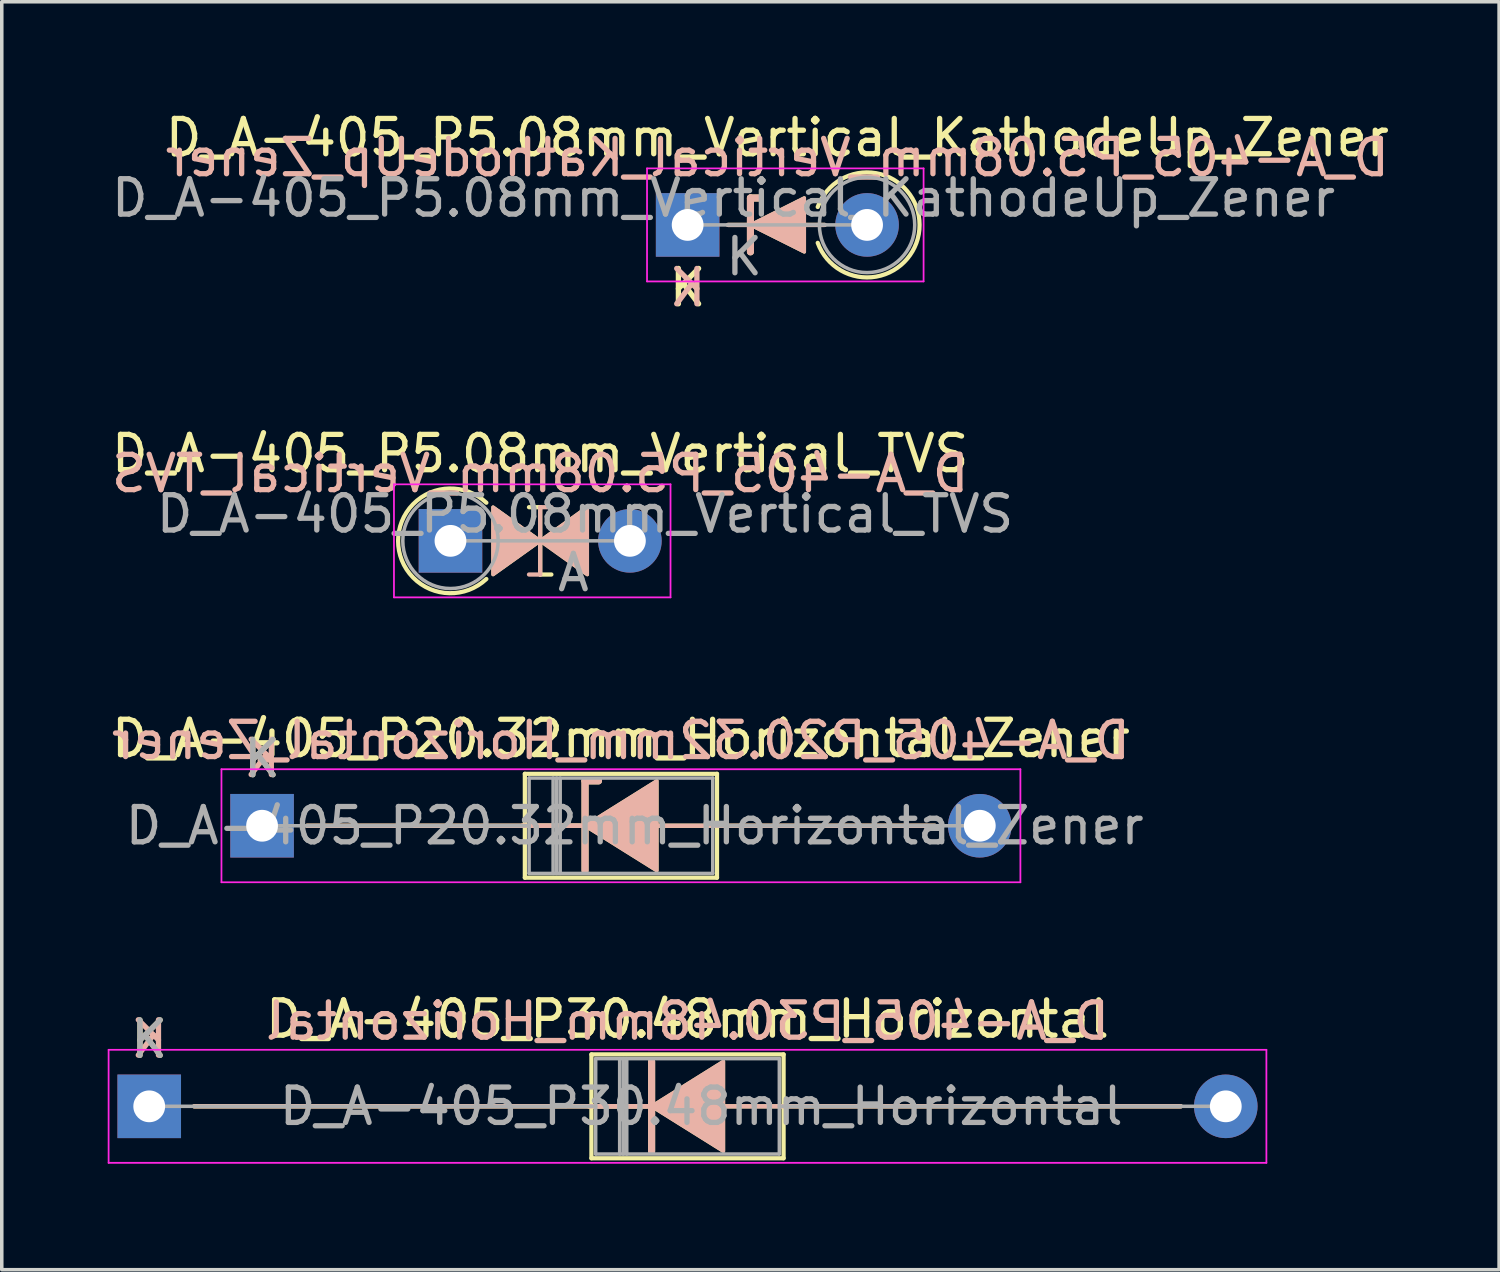
<source format=kicad_pcb>
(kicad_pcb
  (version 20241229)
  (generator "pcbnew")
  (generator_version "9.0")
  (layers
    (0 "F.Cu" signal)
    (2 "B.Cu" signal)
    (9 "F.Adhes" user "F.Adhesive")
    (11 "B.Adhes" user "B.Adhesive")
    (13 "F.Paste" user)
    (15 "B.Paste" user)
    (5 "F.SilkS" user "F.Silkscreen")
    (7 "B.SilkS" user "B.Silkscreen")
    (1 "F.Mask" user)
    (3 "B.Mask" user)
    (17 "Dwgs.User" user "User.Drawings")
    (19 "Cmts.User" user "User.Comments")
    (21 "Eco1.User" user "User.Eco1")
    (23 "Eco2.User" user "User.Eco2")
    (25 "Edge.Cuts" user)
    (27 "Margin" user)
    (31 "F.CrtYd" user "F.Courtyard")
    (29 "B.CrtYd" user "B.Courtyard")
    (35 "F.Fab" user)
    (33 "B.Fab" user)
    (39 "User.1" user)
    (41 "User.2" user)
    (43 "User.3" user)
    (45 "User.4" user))
  (footprint "D_A-405_P20.32mm_Horizontal_Zener"
    (layer "F.Cu")
    (at 4.37 20.329)
    (property "Reference" "D_A-405_P20.32mm_Horizontal_Zener" (at 10.16 -2.47 0) (layer "F.SilkS") (effects (font (size 1 1) (thickness 0.15))))
    (fp_line (start 1.27 0) (end 7.44 0) (stroke (width 0.12) (type solid)) (layer "F.SilkS"))
    (fp_line (start 7.44 -1.47) (end 7.44 1.47) (stroke (width 0.12) (type solid)) (layer "F.SilkS"))
    (fp_line (start 7.44 1.47) (end 12.88 1.47) (stroke (width 0.12) (type solid)) (layer "F.SilkS"))
    (fp_line (start 7.61 0) (end 9.144 0) (stroke (width 0.12) (type solid)) (layer "F.SilkS"))
    (fp_line (start 9.01 0) (end 7.366 0) (stroke (width 0.12) (type solid)) (layer "F.SilkS"))
    (fp_line (start 9.144 -1.27) (end 9.144 1.27) (stroke (width 0.2) (type solid)) (layer "F.SilkS"))
    (fp_line (start 9.144 -1.27) (end 9.525 -1.27) (stroke (width 0.2) (type solid)) (layer "F.SilkS"))
    (fp_line (start 12.88 -1.47) (end 7.44 -1.47) (stroke (width 0.12) (type solid)) (layer "F.SilkS"))
    (fp_line (start 12.88 0) (end 11.239 0) (stroke (width 0.12) (type solid)) (layer "F.SilkS"))
    (fp_line (start 12.88 1.47) (end 12.88 -1.47) (stroke (width 0.12) (type solid)) (layer "F.SilkS"))
    (fp_line (start 19.05 0) (end 12.88 0) (stroke (width 0.12) (type solid)) (layer "F.SilkS"))
    (fp_poly (pts (xy 11.176 1.27) (xy 9.144 0) (xy 11.176 -1.27)) (stroke (width 0.1) (type solid)) (fill yes) (layer "F.SilkS"))
    (fp_line (start 1.27 0) (end 7.44 0) (stroke (width 0.12) (type solid)) (layer "B.SilkS"))
    (fp_line (start 7.61 0) (end 9.144 0) (stroke (width 0.12) (type solid)) (layer "B.SilkS"))
    (fp_line (start 9.01 0) (end 7.366 0) (stroke (width 0.12) (type solid)) (layer "B.SilkS"))
    (fp_line (start 9.144 -1.27) (end 9.525 -1.27) (stroke (width 0.2) (type solid)) (layer "B.SilkS"))
    (fp_line (start 9.144 1.27) (end 9.144 -1.27) (stroke (width 0.2) (type solid)) (layer "B.SilkS"))
    (fp_line (start 12.88 0) (end 11.239 0) (stroke (width 0.12) (type solid)) (layer "B.SilkS"))
    (fp_line (start 19.05 0) (end 12.88 0) (stroke (width 0.12) (type solid)) (layer "B.SilkS"))
    (fp_poly (pts (xy 11.176 -1.27) (xy 9.144 0) (xy 11.176 1.27)) (stroke (width 0.1) (type solid)) (fill yes) (layer "B.SilkS"))
    (fp_line (start -1.15 -1.6) (end -1.15 1.6) (stroke (width 0.05) (type solid)) (layer "F.CrtYd"))
    (fp_line (start -1.15 1.6) (end 21.47 1.6) (stroke (width 0.05) (type solid)) (layer "F.CrtYd"))
    (fp_line (start 21.47 -1.6) (end -1.15 -1.6) (stroke (width 0.05) (type solid)) (layer "F.CrtYd"))
    (fp_line (start 21.47 1.6) (end 21.47 -1.6) (stroke (width 0.05) (type solid)) (layer "F.CrtYd"))
    (fp_line (start 0 0) (end 7.56 0) (stroke (width 0.1) (type solid)) (layer "F.Fab"))
    (fp_line (start 7.56 -1.35) (end 7.56 1.35) (stroke (width 0.1) (type solid)) (layer "F.Fab"))
    (fp_line (start 7.56 1.35) (end 12.76 1.35) (stroke (width 0.1) (type solid)) (layer "F.Fab"))
    (fp_line (start 8.24 -1.35) (end 8.24 1.35) (stroke (width 0.1) (type solid)) (layer "F.Fab"))
    (fp_line (start 8.34 -1.35) (end 8.34 1.35) (stroke (width 0.1) (type solid)) (layer "F.Fab"))
    (fp_line (start 8.44 -1.35) (end 8.44 1.35) (stroke (width 0.1) (type solid)) (layer "F.Fab"))
    (fp_line (start 12.76 -1.35) (end 7.56 -1.35) (stroke (width 0.1) (type solid)) (layer "F.Fab"))
    (fp_line (start 12.76 1.35) (end 12.76 -1.35) (stroke (width 0.1) (type solid)) (layer "F.Fab"))
    (fp_line (start 20.32 0) (end 12.76 0) (stroke (width 0.1) (type solid)) (layer "F.Fab"))
    (fp_text user "K" (at 0 -1.9 0) (layer "F.SilkS") (effects (font (size 1 1) (thickness 0.15))))
    (fp_text user "K" (at 0 -1.905 0) (layer "B.SilkS") (effects (font (size 1 1) (thickness 0.15)) (justify mirror)))
    (fp_text user "${REFERENCE}" (at 10.16 -2.413 0) (layer "B.SilkS") (effects (font (size 1 1) (thickness 0.15)) (justify mirror)))
    (fp_text user "K" (at 0 -1.9 0) (layer "F.Fab") (effects (font (size 1 1) (thickness 0.15))))
    (fp_text user "${REFERENCE}" (at 10.55 0 0) (layer "F.Fab") (effects (font (size 1 1) (thickness 0.15))))
    (pad "1" thru_hole rect (at 0 0) (size 1.8 1.8) (drill 0.9) (layers "*.Cu" "*.Mask"))
    (pad "2" thru_hole oval (at 20.32 0) (size 1.8 1.8) (drill 0.9) (layers "*.Cu" "*.Mask")))
  (footprint "D_A-405_P30.48mm_Horizontal"
    (layer "F.Cu")
    (at 1.175 28.273)
    (property "Reference" "D_A-405_P30.48mm_Horizontal" (at 15.24 -2.47 0) (layer "F.SilkS") (effects (font (size 1 1) (thickness 0.15))))
    (fp_line (start 1.27 0) (end 12.52 0) (stroke (width 0.12) (type solid)) (layer "F.SilkS"))
    (fp_line (start 12.52 -1.47) (end 12.52 1.47) (stroke (width 0.12) (type solid)) (layer "F.SilkS"))
    (fp_line (start 12.52 1.47) (end 17.96 1.47) (stroke (width 0.12) (type solid)) (layer "F.SilkS"))
    (fp_line (start 12.69 0) (end 14.09 0) (stroke (width 0.12) (type solid)) (layer "F.SilkS"))
    (fp_line (start 14.224 -1.27) (end 14.224 1.27) (stroke (width 0.2) (type solid)) (layer "F.SilkS"))
    (fp_line (start 14.224 0) (end 12.446 0) (stroke (width 0.12) (type solid)) (layer "F.SilkS"))
    (fp_line (start 17.96 -1.47) (end 12.52 -1.47) (stroke (width 0.12) (type solid)) (layer "F.SilkS"))
    (fp_line (start 17.96 0) (end 16.32 0) (stroke (width 0.12) (type solid)) (layer "F.SilkS"))
    (fp_line (start 17.96 1.47) (end 17.96 -1.47) (stroke (width 0.12) (type solid)) (layer "F.SilkS"))
    (fp_line (start 29.21 0) (end 17.96 0) (stroke (width 0.12) (type solid)) (layer "F.SilkS"))
    (fp_poly (pts (xy 16.256 1.27) (xy 14.224 0) (xy 16.256 -1.27)) (stroke (width 0.1) (type solid)) (fill yes) (layer "F.SilkS"))
    (fp_line (start 1.27 0) (end 12.52 0) (stroke (width 0.12) (type solid)) (layer "B.SilkS"))
    (fp_line (start 12.69 0) (end 14.09 0) (stroke (width 0.12) (type solid)) (layer "B.SilkS"))
    (fp_line (start 14.224 0) (end 12.446 0) (stroke (width 0.12) (type solid)) (layer "B.SilkS"))
    (fp_line (start 14.224 1.27) (end 14.224 -1.27) (stroke (width 0.2) (type solid)) (layer "B.SilkS"))
    (fp_line (start 17.96 0) (end 16.32 0) (stroke (width 0.12) (type solid)) (layer "B.SilkS"))
    (fp_line (start 29.21 0) (end 17.96 0) (stroke (width 0.12) (type solid)) (layer "B.SilkS"))
    (fp_poly (pts (xy 16.256 -1.27) (xy 14.224 0) (xy 16.256 1.27)) (stroke (width 0.1) (type solid)) (fill yes) (layer "B.SilkS"))
    (fp_line (start -1.15 -1.6) (end -1.15 1.6) (stroke (width 0.05) (type solid)) (layer "F.CrtYd"))
    (fp_line (start -1.15 1.6) (end 31.63 1.6) (stroke (width 0.05) (type solid)) (layer "F.CrtYd"))
    (fp_line (start 31.63 -1.6) (end -1.15 -1.6) (stroke (width 0.05) (type solid)) (layer "F.CrtYd"))
    (fp_line (start 31.63 1.6) (end 31.63 -1.6) (stroke (width 0.05) (type solid)) (layer "F.CrtYd"))
    (fp_line (start 0 0) (end 12.64 0) (stroke (width 0.1) (type solid)) (layer "F.Fab"))
    (fp_line (start 12.64 -1.35) (end 12.64 1.35) (stroke (width 0.1) (type solid)) (layer "F.Fab"))
    (fp_line (start 12.64 1.35) (end 17.84 1.35) (stroke (width 0.1) (type solid)) (layer "F.Fab"))
    (fp_line (start 13.32 -1.35) (end 13.32 1.35) (stroke (width 0.1) (type solid)) (layer "F.Fab"))
    (fp_line (start 13.42 -1.35) (end 13.42 1.35) (stroke (width 0.1) (type solid)) (layer "F.Fab"))
    (fp_line (start 13.52 -1.35) (end 13.52 1.35) (stroke (width 0.1) (type solid)) (layer "F.Fab"))
    (fp_line (start 17.84 -1.35) (end 12.64 -1.35) (stroke (width 0.1) (type solid)) (layer "F.Fab"))
    (fp_line (start 17.84 1.35) (end 17.84 -1.35) (stroke (width 0.1) (type solid)) (layer "F.Fab"))
    (fp_line (start 30.48 0) (end 17.84 0) (stroke (width 0.1) (type solid)) (layer "F.Fab"))
    (fp_text user "K" (at 0 -1.9 0) (layer "F.SilkS") (effects (font (size 1 1) (thickness 0.15))))
    (fp_text user "K" (at 0 -1.905 0) (layer "B.SilkS") (effects (font (size 1 1) (thickness 0.15)) (justify mirror)))
    (fp_text user "${REFERENCE}" (at 15.24 -2.413 0) (layer "B.SilkS") (effects (font (size 1 1) (thickness 0.15)) (justify mirror)))
    (fp_text user "K" (at 0 -1.9 0) (layer "F.Fab") (effects (font (size 1 1) (thickness 0.15))))
    (fp_text user "${REFERENCE}" (at 15.63 0 0) (layer "F.Fab") (effects (font (size 1 1) (thickness 0.15))))
    (pad "1" thru_hole rect (at 0 0) (size 1.8 1.8) (drill 0.9) (layers "*.Cu" "*.Mask"))
    (pad "2" thru_hole oval (at 30.48 0) (size 1.8 1.8) (drill 0.9) (layers "*.Cu" "*.Mask")))
  (footprint "D_A-405_P5.08mm_Vertical_TVS"
    (layer "F.Cu")
    (at 9.704 12.263)
    (property "Reference" "D_A-405_P5.08mm_Vertical_TVS" (at 2.54 -2.47 0) (layer "F.SilkS") (effects (font (size 1 1) (thickness 0.15))))
    (fp_line (start 2.223 -0.953) (end 2.54 -0.953) (stroke (width 0.12) (type solid)) (layer "F.SilkS"))
    (fp_line (start 2.54 -0.953) (end 2.54 0.953) (stroke (width 0.12) (type solid)) (layer "F.SilkS"))
    (fp_line (start 2.54 0.953) (end 2.857 0.953) (stroke (width 0.12) (type solid)) (layer "F.SilkS"))
    (fp_arc (start 1.016 1.0795) (mid -1.482422 0) (end 1.016 -1.0795) (stroke (width 0.12) (type solid)) (layer "F.SilkS"))
    (fp_poly (pts (xy 1.206 -0.953) (xy 2.54 0) (xy 1.206 0.953)) (stroke (width 0.1) (type solid)) (fill yes) (layer "F.SilkS"))
    (fp_poly (pts (xy 3.873 0.953) (xy 2.54 0) (xy 3.873 -0.953)) (stroke (width 0.1) (type solid)) (fill yes) (layer "F.SilkS"))
    (fp_line (start 2.223 0.953) (end 2.54 0.953) (stroke (width 0.12) (type solid)) (layer "B.SilkS"))
    (fp_line (start 2.54 -0.953) (end 2.857 -0.953) (stroke (width 0.12) (type solid)) (layer "B.SilkS"))
    (fp_line (start 2.54 0.953) (end 2.54 -0.953) (stroke (width 0.12) (type solid)) (layer "B.SilkS"))
    (fp_poly (pts (xy 1.206 0.953) (xy 2.54 0) (xy 1.206 -0.953)) (stroke (width 0.1) (type solid)) (fill yes) (layer "B.SilkS"))
    (fp_poly (pts (xy 3.873 -0.953) (xy 2.54 0) (xy 3.873 0.953)) (stroke (width 0.1) (type solid)) (fill yes) (layer "B.SilkS"))
    (fp_line (start -1.6 -1.6) (end -1.6 1.6) (stroke (width 0.05) (type solid)) (layer "F.CrtYd"))
    (fp_line (start -1.6 1.6) (end 6.23 1.6) (stroke (width 0.05) (type solid)) (layer "F.CrtYd"))
    (fp_line (start 6.23 -1.6) (end -1.6 -1.6) (stroke (width 0.05) (type solid)) (layer "F.CrtYd"))
    (fp_line (start 6.23 1.6) (end 6.23 -1.6) (stroke (width 0.05) (type solid)) (layer "F.CrtYd"))
    (fp_line (start 0 0) (end 5.08 0) (stroke (width 0.1) (type solid)) (layer "F.Fab"))
    (fp_circle (center 0 0) (end 1.35 0) (stroke (width 0.1) (type solid)) (fill no) (layer "F.Fab"))
    (fp_text user "${REFERENCE}" (at 2.54 -1.905 0) (layer "B.SilkS") (effects (font (size 1 1) (thickness 0.15)) (justify mirror)))
    (fp_text user "${REFERENCE}" (at 3.81 -0.762 0) (layer "F.Fab") (effects (font (size 1 1) (thickness 0.15))))
    (fp_text user "A" (at 3.48 0.9 0) (layer "F.Fab") (effects (font (size 1 1) (thickness 0.15))))
    (pad "1" thru_hole rect (at 0 0) (size 1.8 1.8) (drill 0.9) (layers "*.Cu" "*.Mask"))
    (pad "2" thru_hole oval (at 5.08 0) (size 1.8 1.8) (drill 0.9) (layers "*.Cu" "*.Mask")))
  (footprint "D_A-405_P5.08mm_Vertical_KathodeUp_Zener"
    (layer "F.Cu")
    (at 16.419 3.318)
    (property "Reference" "D_A-405_P5.08mm_Vertical_KathodeUp_Zener" (at 2.54 -2.47 0) (layer "F.SilkS") (effects (font (size 1 1) (thickness 0.15))))
    (fp_line (start 1.143 0) (end 3.88 0) (stroke (width 0.12) (type solid)) (layer "F.SilkS"))
    (fp_line (start 1.778 -0.762) (end 1.778 0.762) (stroke (width 0.2) (type solid)) (layer "F.SilkS"))
    (fp_line (start 1.778 -0.762) (end 2.032 -0.762) (stroke (width 0.2) (type solid)) (layer "F.SilkS"))
    (fp_arc (start 3.683 -0.507999) (mid 6.566495 0.000001) (end 3.683 0.508) (stroke (width 0.12) (type solid)) (layer "F.SilkS"))
    (fp_poly (pts (xy 3.302 0.762) (xy 1.778 0) (xy 3.302 -0.762)) (stroke (width 0.1) (type solid)) (fill yes) (layer "F.SilkS"))
    (fp_line (start 1.143 0) (end 3.88 0) (stroke (width 0.12) (type solid)) (layer "B.SilkS"))
    (fp_line (start 1.778 -0.762) (end 2.032 -0.762) (stroke (width 0.2) (type solid)) (layer "B.SilkS"))
    (fp_line (start 1.778 0.762) (end 1.778 -0.762) (stroke (width 0.2) (type solid)) (layer "B.SilkS"))
    (fp_poly (pts (xy 3.302 -0.762) (xy 1.778 0) (xy 3.302 0.762)) (stroke (width 0.1) (type solid)) (fill yes) (layer "B.SilkS"))
    (fp_line (start -1.15 -1.6) (end -1.15 1.6) (stroke (width 0.05) (type solid)) (layer "F.CrtYd"))
    (fp_line (start -1.15 1.6) (end 6.68 1.6) (stroke (width 0.05) (type solid)) (layer "F.CrtYd"))
    (fp_line (start 6.68 -1.6) (end -1.15 -1.6) (stroke (width 0.05) (type solid)) (layer "F.CrtYd"))
    (fp_line (start 6.68 1.6) (end 6.68 -1.6) (stroke (width 0.05) (type solid)) (layer "F.CrtYd"))
    (fp_line (start 0 0) (end 5.08 0) (stroke (width 0.1) (type solid)) (layer "F.Fab"))
    (fp_circle (center 5.08 0) (end 6.43 0) (stroke (width 0.1) (type solid)) (fill no) (layer "F.Fab"))
    (fp_text user "K" (at 0 1.778 0) (layer "F.SilkS") (effects (font (size 1 1) (thickness 0.15))))
    (fp_text user "${REFERENCE}" (at 2.54 -1.905 0) (layer "B.SilkS") (effects (font (size 1 1) (thickness 0.15)) (justify mirror)))
    (fp_text user "K" (at 0 1.778 0) (layer "B.SilkS") (effects (font (size 1 1) (thickness 0.15)) (justify mirror)))
    (fp_text user "K" (at 1.6 0.9 0) (layer "F.Fab") (effects (font (size 1 1) (thickness 0.15))))
    (fp_text user "${REFERENCE}" (at 1.016 -0.762 0) (layer "F.Fab") (effects (font (size 1 1) (thickness 0.15))))
    (pad "1" thru_hole rect (at 0 0) (size 1.8 1.8) (drill 0.9) (layers "*.Cu" "*.Mask"))
    (pad "2" thru_hole oval (at 5.08 0) (size 1.8 1.8) (drill 0.9) (layers "*.Cu" "*.Mask")))
  (gr_rect
    (start -3 -3)
    (end 39.393 32.898)
    (stroke (width 0.1) (type default))
    (fill no)
    (layer "Edge.Cuts")))
</source>
